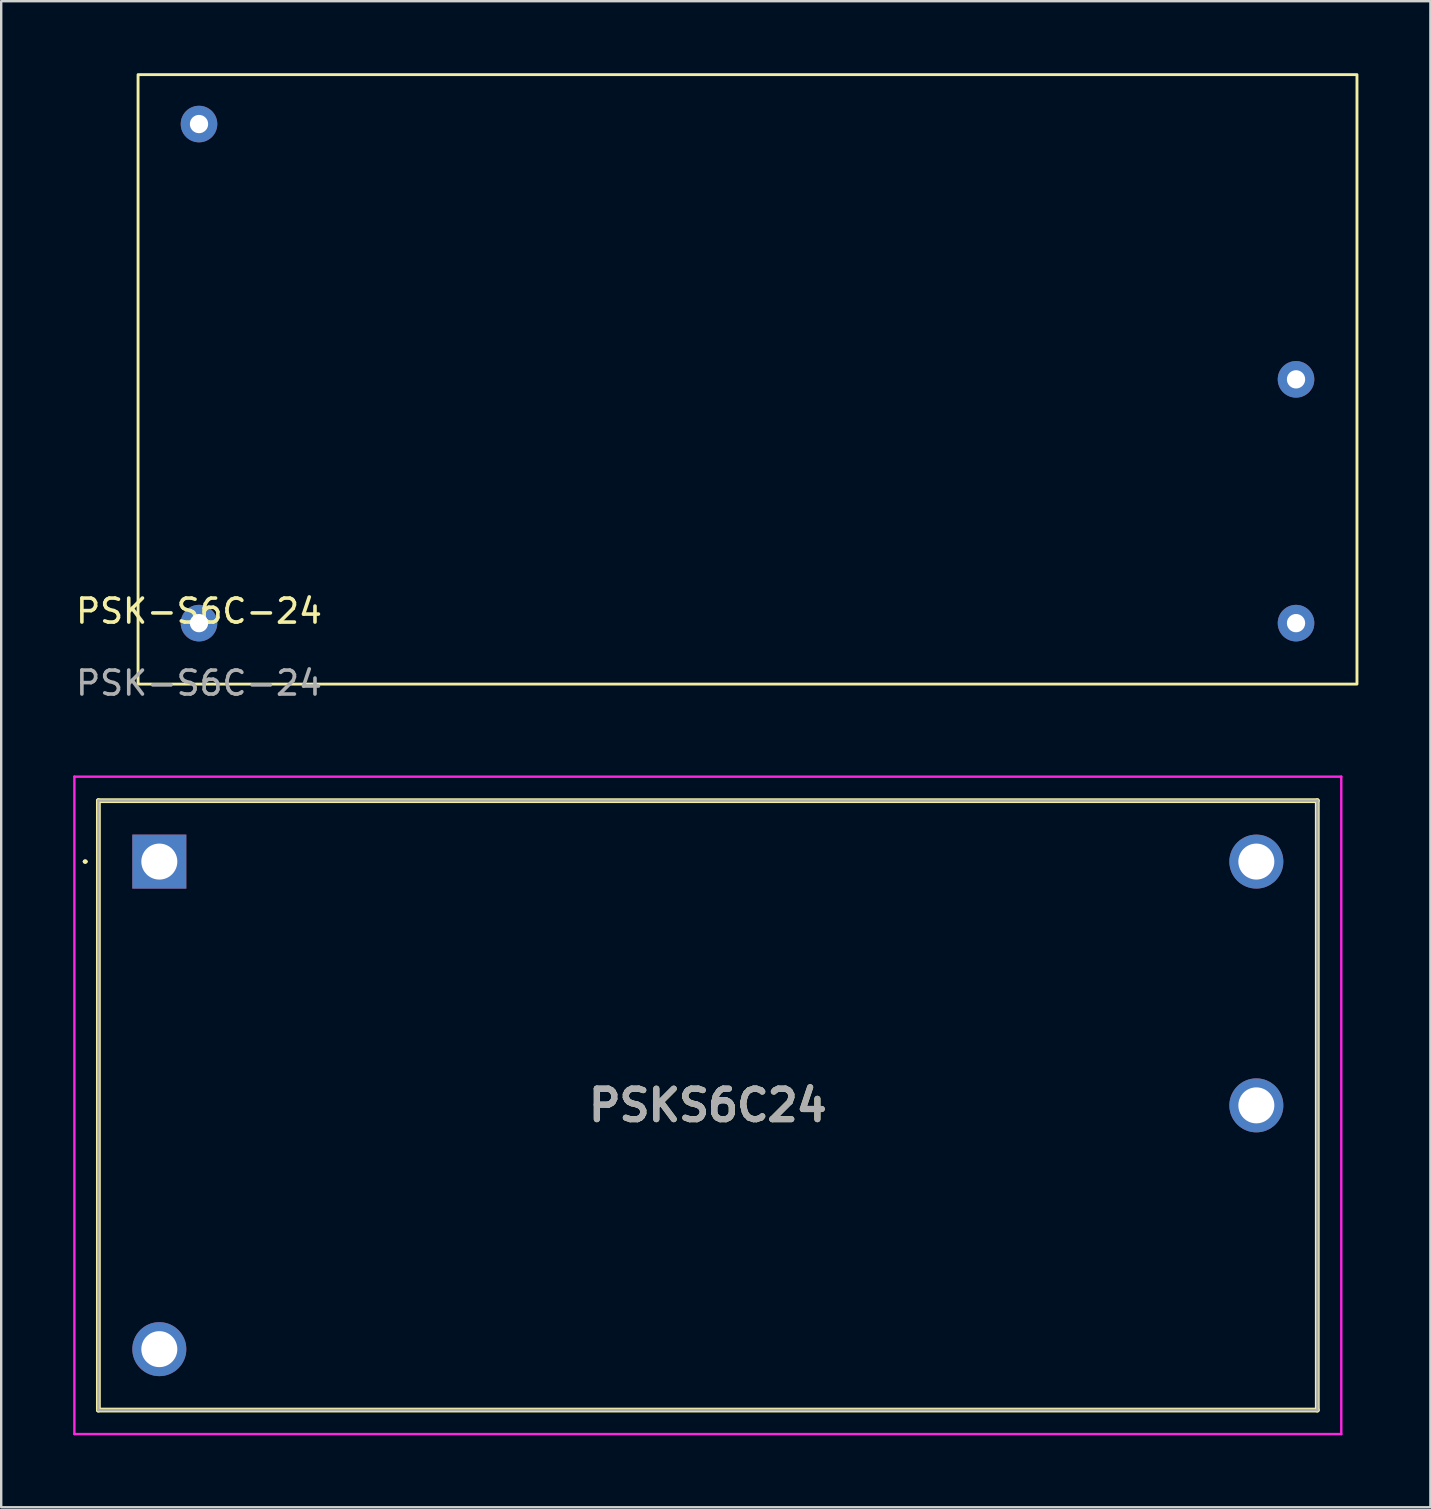
<source format=kicad_pcb>
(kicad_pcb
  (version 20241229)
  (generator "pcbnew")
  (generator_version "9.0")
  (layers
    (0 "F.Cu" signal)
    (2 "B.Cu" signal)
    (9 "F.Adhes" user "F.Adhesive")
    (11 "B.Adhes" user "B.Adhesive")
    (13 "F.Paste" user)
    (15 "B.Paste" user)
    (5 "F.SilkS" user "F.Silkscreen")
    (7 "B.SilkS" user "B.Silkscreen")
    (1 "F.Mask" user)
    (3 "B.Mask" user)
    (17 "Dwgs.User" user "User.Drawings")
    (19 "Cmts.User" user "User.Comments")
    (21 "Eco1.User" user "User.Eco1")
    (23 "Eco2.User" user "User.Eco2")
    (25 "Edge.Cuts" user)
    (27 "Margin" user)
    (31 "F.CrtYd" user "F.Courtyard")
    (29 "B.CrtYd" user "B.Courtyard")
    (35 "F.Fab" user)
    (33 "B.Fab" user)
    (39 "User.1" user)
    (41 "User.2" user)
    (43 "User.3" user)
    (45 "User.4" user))
  (footprint "PSK-S6C-24"
    (layer "F.Cu")
    (at 5.244 22.92)
    (property "Reference" "PSK-S6C-24" (at 0 -0.5 0) (unlocked yes) (layer "F.SilkS") (effects (font (size 1 1) (thickness 0.15))))
    (attr through_hole)
    (fp_rect (start -2.54 -22.86) (end 48.26 2.54) (stroke (width 0.12) (type solid)) (fill no) (layer "F.SilkS"))
    (fp_text user "${REFERENCE}" (at 0 2.5 0) (unlocked yes) (layer "F.Fab") (effects (font (size 1 1) (thickness 0.15))))
    (pad "1" thru_hole circle (at 0 0) (size 1.524 1.524) (drill 0.762) (layers "*.Cu" "*.Mask"))
    (pad "2" thru_hole circle (at 0 -20.8) (size 1.524 1.524) (drill 0.762) (layers "*.Cu" "*.Mask"))
    (pad "3" thru_hole circle (at 45.72 -10.16) (size 1.524 1.524) (drill 0.762) (layers "*.Cu" "*.Mask"))
    (pad "4" thru_hole circle (at 45.72 0) (size 1.524 1.524) (drill 0.762) (layers "*.Cu" "*.Mask")))
  (footprint "PSKS6C24"
    (layer "F.Cu")
    (at 3.59 32.858)
    (property "Reference" "PSKS6C24" (at 22.86 10.16 0) (layer "F.SilkS") (effects (font (size 1.27 1.27) (thickness 0.254))))
    (attr through_hole)
    (fp_line (start -3.14 0) (end -3.14 0) (stroke (width 0.1) (type solid)) (layer "F.SilkS"))
    (fp_line (start -3.04 0) (end -3.04 0) (stroke (width 0.1) (type solid)) (layer "F.SilkS"))
    (fp_line (start -2.54 -2.54) (end -2.54 22.86) (stroke (width 0.2) (type solid)) (layer "F.SilkS"))
    (fp_line (start -2.54 22.86) (end 48.26 22.86) (stroke (width 0.2) (type solid)) (layer "F.SilkS"))
    (fp_line (start 48.26 -2.54) (end -2.54 -2.54) (stroke (width 0.2) (type solid)) (layer "F.SilkS"))
    (fp_line (start 48.26 22.86) (end 48.26 -2.54) (stroke (width 0.2) (type solid)) (layer "F.SilkS"))
    (fp_arc (start -3.14 0) (mid -3.09 -0.05) (end -3.04 0) (stroke (width 0.1) (type solid)) (layer "F.SilkS"))
    (fp_arc (start -3.04 0) (mid -3.09 0.05) (end -3.14 0) (stroke (width 0.1) (type solid)) (layer "F.SilkS"))
    (fp_line (start -3.54 -3.54) (end 49.26 -3.54) (stroke (width 0.1) (type solid)) (layer "F.CrtYd"))
    (fp_line (start -3.54 23.86) (end -3.54 -3.54) (stroke (width 0.1) (type solid)) (layer "F.CrtYd"))
    (fp_line (start 49.26 -3.54) (end 49.26 23.86) (stroke (width 0.1) (type solid)) (layer "F.CrtYd"))
    (fp_line (start 49.26 23.86) (end -3.54 23.86) (stroke (width 0.1) (type solid)) (layer "F.CrtYd"))
    (fp_line (start -2.54 -2.54) (end -2.54 22.86) (stroke (width 0.1) (type solid)) (layer "F.Fab"))
    (fp_line (start -2.54 22.86) (end 48.26 22.86) (stroke (width 0.1) (type solid)) (layer "F.Fab"))
    (fp_line (start 48.26 -2.54) (end -2.54 -2.54) (stroke (width 0.1) (type solid)) (layer "F.Fab"))
    (fp_line (start 48.26 22.86) (end 48.26 -2.54) (stroke (width 0.1) (type solid)) (layer "F.Fab"))
    (fp_text user "${REFERENCE}" (at 22.86 10.16 0) (layer "F.Fab") (effects (font (size 1.27 1.27) (thickness 0.254))))
    (pad "1" thru_hole rect (at 0 0) (size 2.25 2.25) (drill 1.5) (layers "*.Cu" "*.Mask"))
    (pad "2" thru_hole circle (at 0 20.32) (size 2.25 2.25) (drill 1.5) (layers "*.Cu" "*.Mask"))
    (pad "3" thru_hole circle (at 45.72 10.16) (size 2.25 2.25) (drill 1.5) (layers "*.Cu" "*.Mask"))
    (pad "4" thru_hole circle (at 45.72 0) (size 2.25 2.25) (drill 1.5) (layers "*.Cu" "*.Mask")))
  (gr_rect
    (start -3 -3)
    (end 56.564 59.768)
    (stroke (width 0.1) (type default))
    (fill no)
    (layer "Edge.Cuts")))
</source>
